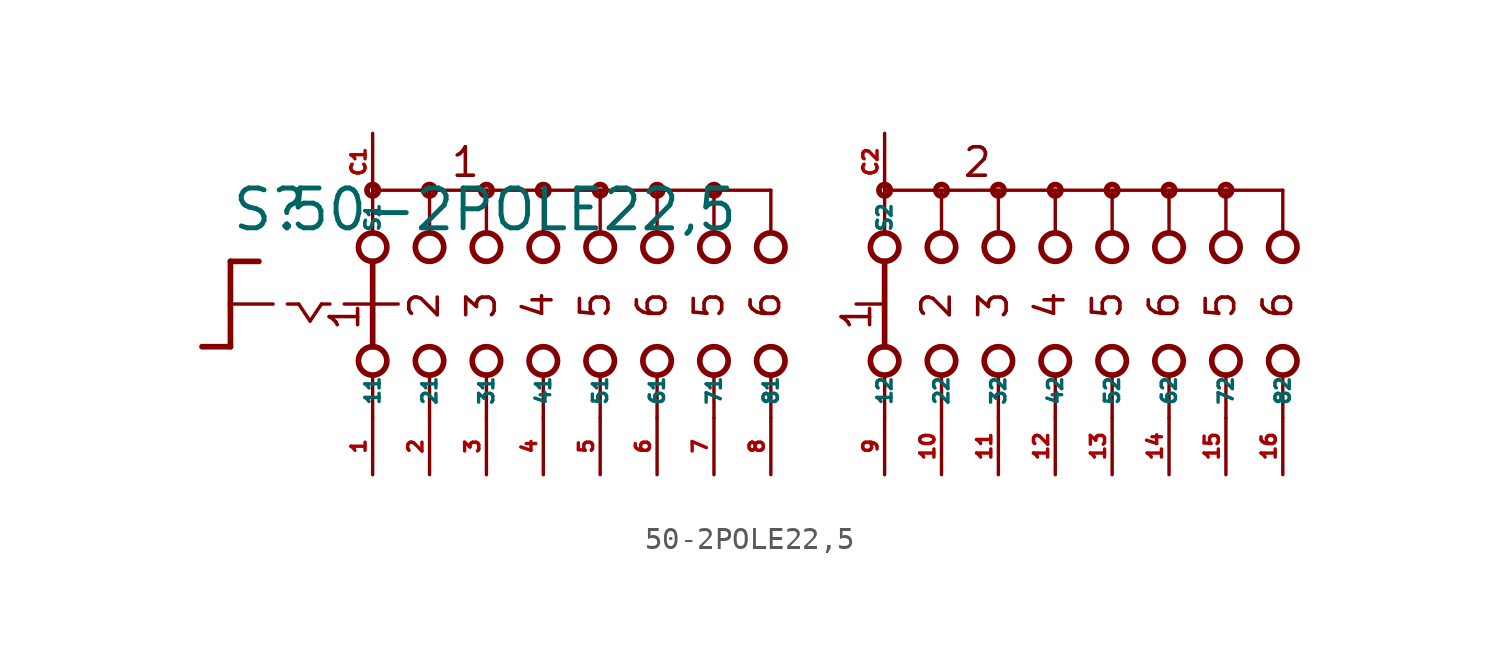
<source format=kicad_sym>
(kicad_symbol_lib
  (version 20220914)
  (generator Eagle2Kicad)
  (symbol "50-2POLE22,5"
    (property "Reference" "S"
      (at -24.13 3.175 0)
      (effects (font (size 1.778 1.778) (thickness 0.22)) (justify left bottom)))
    (property "Value" "50-2POLE22,5"
      (at -21.59 3.175 0)
      (effects (font (size 1.778 1.778) (thickness 0.22)) (justify left bottom)))
    (polyline
      (pts (xy -24.13 1.905) (xy -22.86 1.905))
      (stroke (width 0.254) (type default))
      (fill (type none)))
    (polyline
      (pts (xy -24.13 1.905) (xy -24.13 0))
      (stroke (width 0.254) (type default))
      (fill (type none)))
    (polyline
      (pts (xy -24.13 -1.905) (xy -25.4 -1.905))
      (stroke (width 0.254) (type default))
      (fill (type none)))
    (polyline
      (pts (xy -24.13 0) (xy -22.225 0))
      (stroke (width 0.152) (type default))
      (fill (type none)))
    (polyline
      (pts (xy -24.13 0) (xy -24.13 -1.905))
      (stroke (width 0.254) (type default))
      (fill (type none)))
    (polyline
      (pts (xy -21.59 0) (xy -21.082 0))
      (stroke (width 0.152) (type default))
      (fill (type none)))
    (polyline
      (pts (xy -20.066 0) (xy -19.685 0))
      (stroke (width 0.152) (type default))
      (fill (type none)))
    (polyline
      (pts (xy -21.082 0) (xy -20.574 -0.762))
      (stroke (width 0.152) (type default))
      (fill (type none)))
    (polyline
      (pts (xy -20.574 -0.762) (xy -20.066 0))
      (stroke (width 0.152) (type default))
      (fill (type none)))
    (polyline
      (pts (xy -15.24 3.175) (xy -15.24 5.08))
      (stroke (width 0.152) (type default))
      (fill (type none)))
    (polyline
      (pts (xy -12.7 3.175) (xy -12.7 5.08))
      (stroke (width 0.152) (type default))
      (fill (type none)))
    (polyline
      (pts (xy -10.16 3.175) (xy -10.16 5.08))
      (stroke (width 0.152) (type default))
      (fill (type none)))
    (polyline
      (pts (xy -12.7 5.08) (xy -15.24 5.08))
      (stroke (width 0.152) (type default))
      (fill (type none)))
    (polyline
      (pts (xy -12.7 5.08) (xy -10.16 5.08))
      (stroke (width 0.152) (type default))
      (fill (type none)))
    (polyline
      (pts (xy -7.62 3.175) (xy -7.62 5.08))
      (stroke (width 0.152) (type default))
      (fill (type none)))
    (polyline
      (pts (xy -5.08 3.175) (xy -5.08 5.08))
      (stroke (width 0.152) (type default))
      (fill (type none)))
    (polyline
      (pts (xy -10.16 5.08) (xy -7.62 5.08))
      (stroke (width 0.152) (type default))
      (fill (type none)))
    (polyline
      (pts (xy -7.62 5.08) (xy -5.08 5.08))
      (stroke (width 0.152) (type default))
      (fill (type none)))
    (polyline
      (pts (xy -17.78 5.08) (xy -17.78 3.175))
      (stroke (width 0.152) (type default))
      (fill (type none)))
    (polyline
      (pts (xy -15.24 5.08) (xy -17.78 5.08))
      (stroke (width 0.152) (type default))
      (fill (type none)))
    (polyline
      (pts (xy 5.08 3.175) (xy 5.08 5.08))
      (stroke (width 0.152) (type default))
      (fill (type none)))
    (polyline
      (pts (xy 5.08 -5.08) (xy 5.08 -3.175))
      (stroke (width 0.152) (type default))
      (fill (type none)))
    (polyline
      (pts (xy 7.62 3.175) (xy 7.62 5.08))
      (stroke (width 0.152) (type default))
      (fill (type none)))
    (polyline
      (pts (xy 10.16 3.175) (xy 10.16 5.08))
      (stroke (width 0.152) (type default))
      (fill (type none)))
    (polyline
      (pts (xy 12.7 3.175) (xy 12.7 5.08))
      (stroke (width 0.152) (type default))
      (fill (type none)))
    (polyline
      (pts (xy 15.24 3.175) (xy 15.24 5.08))
      (stroke (width 0.152) (type default))
      (fill (type none)))
    (polyline
      (pts (xy 17.78 3.175) (xy 17.78 5.08))
      (stroke (width 0.152) (type default))
      (fill (type none)))
    (polyline
      (pts (xy 5.08 5.08) (xy 7.62 5.08))
      (stroke (width 0.152) (type default))
      (fill (type none)))
    (polyline
      (pts (xy 7.62 5.08) (xy 10.16 5.08))
      (stroke (width 0.152) (type default))
      (fill (type none)))
    (polyline
      (pts (xy 10.16 5.08) (xy 12.7 5.08))
      (stroke (width 0.152) (type default))
      (fill (type none)))
    (polyline
      (pts (xy 12.7 5.08) (xy 15.24 5.08))
      (stroke (width 0.152) (type default))
      (fill (type none)))
    (polyline
      (pts (xy 15.24 5.08) (xy 17.78 5.08))
      (stroke (width 0.152) (type default))
      (fill (type none)))
    (polyline
      (pts (xy 7.62 -5.08) (xy 7.62 -3.175))
      (stroke (width 0.152) (type default))
      (fill (type none)))
    (polyline
      (pts (xy 10.16 -5.08) (xy 10.16 -3.175))
      (stroke (width 0.152) (type default))
      (fill (type none)))
    (polyline
      (pts (xy 12.7 -5.08) (xy 12.7 -3.175))
      (stroke (width 0.152) (type default))
      (fill (type none)))
    (polyline
      (pts (xy 15.24 -5.08) (xy 15.24 -3.175))
      (stroke (width 0.152) (type default))
      (fill (type none)))
    (polyline
      (pts (xy 17.78 -5.08) (xy 17.78 -3.175))
      (stroke (width 0.152) (type default))
      (fill (type none)))
    (polyline
      (pts (xy 5.08 1.905) (xy 5.08 -1.905))
      (stroke (width 0.254) (type default))
      (fill (type none)))
    (polyline
      (pts (xy 3.81 0) (xy 4.953 0))
      (stroke (width 0.152) (type default))
      (fill (type none)))
    (polyline
      (pts (xy -19.05 0) (xy -17.907 0))
      (stroke (width 0.152) (type default))
      (fill (type none)))
    (polyline
      (pts (xy -15.24 -5.08) (xy -15.24 -3.175))
      (stroke (width 0.152) (type default))
      (fill (type none)))
    (polyline
      (pts (xy -12.7 -5.08) (xy -12.7 -3.175))
      (stroke (width 0.152) (type default))
      (fill (type none)))
    (polyline
      (pts (xy -10.16 -5.08) (xy -10.16 -3.175))
      (stroke (width 0.152) (type default))
      (fill (type none)))
    (polyline
      (pts (xy -7.62 -5.08) (xy -7.62 -3.175))
      (stroke (width 0.152) (type default))
      (fill (type none)))
    (polyline
      (pts (xy -5.08 -5.08) (xy -5.08 -3.175))
      (stroke (width 0.152) (type default))
      (fill (type none)))
    (polyline
      (pts (xy -17.78 1.905) (xy -17.78 0))
      (stroke (width 0.254) (type default))
      (fill (type none)))
    (polyline
      (pts (xy -17.78 -3.175) (xy -17.78 -5.08))
      (stroke (width 0.152) (type default))
      (fill (type none)))
    (polyline
      (pts (xy -17.78 0) (xy -16.637 0))
      (stroke (width 0.152) (type default))
      (fill (type none)))
    (polyline
      (pts (xy -17.78 0) (xy -17.78 -1.905))
      (stroke (width 0.254) (type default))
      (fill (type none)))
    (polyline
      (pts (xy -2.54 3.175) (xy -2.54 5.08))
      (stroke (width 0.152) (type default))
      (fill (type none)))
    (polyline
      (pts (xy 0 3.175) (xy 0 5.08))
      (stroke (width 0.152) (type default))
      (fill (type none)))
    (polyline
      (pts (xy -5.08 5.08) (xy -2.54 5.08))
      (stroke (width 0.152) (type default))
      (fill (type none)))
    (polyline
      (pts (xy -2.54 5.08) (xy 0 5.08))
      (stroke (width 0.152) (type default))
      (fill (type none)))
    (polyline
      (pts (xy -2.54 -5.08) (xy -2.54 -3.175))
      (stroke (width 0.152) (type default))
      (fill (type none)))
    (polyline
      (pts (xy 0 -5.08) (xy 0 -3.175))
      (stroke (width 0.152) (type default))
      (fill (type none)))
    (polyline
      (pts (xy 20.32 3.175) (xy 20.32 5.08))
      (stroke (width 0.152) (type default))
      (fill (type none)))
    (polyline
      (pts (xy 22.86 3.175) (xy 22.86 5.08))
      (stroke (width 0.152) (type default))
      (fill (type none)))
    (polyline
      (pts (xy 17.78 5.08) (xy 20.32 5.08))
      (stroke (width 0.152) (type default))
      (fill (type none)))
    (polyline
      (pts (xy 20.32 5.08) (xy 22.86 5.08))
      (stroke (width 0.152) (type default))
      (fill (type none)))
    (polyline
      (pts (xy 20.32 -5.08) (xy 20.32 -3.175))
      (stroke (width 0.152) (type default))
      (fill (type none)))
    (polyline
      (pts (xy 22.86 -5.08) (xy 22.86 -3.175))
      (stroke (width 0.152) (type default))
      (fill (type none)))
    (text "2"
      (at 8.128 -0.762 900)
      (effects (font (size 1.27 1.27) (thickness 0.16)) (justify left bottom)))
    (text "3"
      (at 10.668 -0.762 900)
      (effects (font (size 1.27 1.27) (thickness 0.16)) (justify left bottom)))
    (text "4"
      (at 13.208 -0.762 900)
      (effects (font (size 1.27 1.27) (thickness 0.16)) (justify left bottom)))
    (text "5"
      (at 15.748 -0.762 900)
      (effects (font (size 1.27 1.27) (thickness 0.16)) (justify left bottom)))
    (text "6"
      (at 18.288 -0.762 900)
      (effects (font (size 1.27 1.27) (thickness 0.16)) (justify left bottom)))
    (text "1"
      (at 4.572 -1.27 900)
      (effects (font (size 1.27 1.27) (thickness 0.16)) (justify left bottom)))
    (text "1"
      (at -18.288 -1.27 900)
      (effects (font (size 1.27 1.27) (thickness 0.16)) (justify left bottom)))
    (text "2"
      (at -14.732 -0.762 900)
      (effects (font (size 1.27 1.27) (thickness 0.16)) (justify left bottom)))
    (text "3"
      (at -12.192 -0.762 900)
      (effects (font (size 1.27 1.27) (thickness 0.16)) (justify left bottom)))
    (text "4"
      (at -9.652 -0.762 900)
      (effects (font (size 1.27 1.27) (thickness 0.16)) (justify left bottom)))
    (text "5"
      (at -7.112 -0.762 900)
      (effects (font (size 1.27 1.27) (thickness 0.16)) (justify left bottom)))
    (text "6"
      (at -4.572 -0.762 900)
      (effects (font (size 1.27 1.27) (thickness 0.16)) (justify left bottom)))
    (text "1 "
      (at -14.351 5.588 0)
      (effects (font (size 1.27 1.27) (thickness 0.16)) (justify left bottom)))
    (text "2 "
      (at 8.509 5.588 0)
      (effects (font (size 1.27 1.27) (thickness 0.16)) (justify left bottom)))
    (text "5"
      (at -2.032 -0.762 900)
      (effects (font (size 1.27 1.27) (thickness 0.16)) (justify left bottom)))
    (text "6"
      (at 0.508 -0.762 900)
      (effects (font (size 1.27 1.27) (thickness 0.16)) (justify left bottom)))
    (text "5"
      (at 20.828 -0.762 900)
      (effects (font (size 1.27 1.27) (thickness 0.16)) (justify left bottom)))
    (text "6"
      (at 23.368 -0.762 900)
      (effects (font (size 1.27 1.27) (thickness 0.16)) (justify left bottom)))
    (circle
      (center -12.7 5.08)
      (radius 0.254)
      (stroke (width 0.254) (type default))
      (fill (type none)))
    (circle
      (center -10.16 5.08)
      (radius 0.254)
      (stroke (width 0.254) (type default))
      (fill (type none)))
    (circle
      (center -17.78 5.08)
      (radius 0.254)
      (stroke (width 0.254) (type default))
      (fill (type none)))
    (circle
      (center -15.24 5.08)
      (radius 0.254)
      (stroke (width 0.254) (type default))
      (fill (type none)))
    (circle
      (center -17.78 2.54)
      (radius 0.635)
      (stroke (width 0.254) (type default))
      (fill (type none)))
    (circle
      (center -15.24 2.54)
      (radius 0.635)
      (stroke (width 0.254) (type default))
      (fill (type none)))
    (circle
      (center -12.7 2.54)
      (radius 0.635)
      (stroke (width 0.254) (type default))
      (fill (type none)))
    (circle
      (center -7.62 5.08)
      (radius 0.254)
      (stroke (width 0.254) (type default))
      (fill (type none)))
    (circle
      (center -10.16 2.54)
      (radius 0.635)
      (stroke (width 0.254) (type default))
      (fill (type none)))
    (circle
      (center -7.62 2.54)
      (radius 0.635)
      (stroke (width 0.254) (type default))
      (fill (type none)))
    (circle
      (center -5.08 2.54)
      (radius 0.635)
      (stroke (width 0.254) (type default))
      (fill (type none)))
    (circle
      (center 5.08 5.08)
      (radius 0.254)
      (stroke (width 0.254) (type default))
      (fill (type none)))
    (circle
      (center 5.08 2.54)
      (radius 0.635)
      (stroke (width 0.254) (type default))
      (fill (type none)))
    (circle
      (center 5.08 -2.54)
      (radius 0.635)
      (stroke (width 0.254) (type default))
      (fill (type none)))
    (circle
      (center 7.62 2.54)
      (radius 0.635)
      (stroke (width 0.254) (type default))
      (fill (type none)))
    (circle
      (center 10.16 2.54)
      (radius 0.635)
      (stroke (width 0.254) (type default))
      (fill (type none)))
    (circle
      (center 12.7 2.54)
      (radius 0.635)
      (stroke (width 0.254) (type default))
      (fill (type none)))
    (circle
      (center 15.24 2.54)
      (radius 0.635)
      (stroke (width 0.254) (type default))
      (fill (type none)))
    (circle
      (center 17.78 2.54)
      (radius 0.635)
      (stroke (width 0.254) (type default))
      (fill (type none)))
    (circle
      (center 7.62 5.08)
      (radius 0.254)
      (stroke (width 0.254) (type default))
      (fill (type none)))
    (circle
      (center 10.16 5.08)
      (radius 0.254)
      (stroke (width 0.254) (type default))
      (fill (type none)))
    (circle
      (center 12.7 5.08)
      (radius 0.254)
      (stroke (width 0.254) (type default))
      (fill (type none)))
    (circle
      (center 15.24 5.08)
      (radius 0.254)
      (stroke (width 0.254) (type default))
      (fill (type none)))
    (circle
      (center 7.62 -2.54)
      (radius 0.635)
      (stroke (width 0.254) (type default))
      (fill (type none)))
    (circle
      (center 10.16 -2.54)
      (radius 0.635)
      (stroke (width 0.254) (type default))
      (fill (type none)))
    (circle
      (center 12.7 -2.54)
      (radius 0.635)
      (stroke (width 0.254) (type default))
      (fill (type none)))
    (circle
      (center 15.24 -2.54)
      (radius 0.635)
      (stroke (width 0.254) (type default))
      (fill (type none)))
    (circle
      (center 17.78 -2.54)
      (radius 0.635)
      (stroke (width 0.254) (type default))
      (fill (type none)))
    (circle
      (center -17.78 -2.54)
      (radius 0.635)
      (stroke (width 0.254) (type default))
      (fill (type none)))
    (circle
      (center -15.24 -2.54)
      (radius 0.635)
      (stroke (width 0.254) (type default))
      (fill (type none)))
    (circle
      (center -12.7 -2.54)
      (radius 0.635)
      (stroke (width 0.254) (type default))
      (fill (type none)))
    (circle
      (center -10.16 -2.54)
      (radius 0.635)
      (stroke (width 0.254) (type default))
      (fill (type none)))
    (circle
      (center -7.62 -2.54)
      (radius 0.635)
      (stroke (width 0.254) (type default))
      (fill (type none)))
    (circle
      (center -5.08 -2.54)
      (radius 0.635)
      (stroke (width 0.254) (type default))
      (fill (type none)))
    (circle
      (center -2.54 5.08)
      (radius 0.254)
      (stroke (width 0.254) (type default))
      (fill (type none)))
    (circle
      (center -2.54 2.54)
      (radius 0.635)
      (stroke (width 0.254) (type default))
      (fill (type none)))
    (circle
      (center 0 2.54)
      (radius 0.635)
      (stroke (width 0.254) (type default))
      (fill (type none)))
    (circle
      (center -2.54 -2.54)
      (radius 0.635)
      (stroke (width 0.254) (type default))
      (fill (type none)))
    (circle
      (center 0 -2.54)
      (radius 0.635)
      (stroke (width 0.254) (type default))
      (fill (type none)))
    (circle
      (center 20.32 2.54)
      (radius 0.635)
      (stroke (width 0.254) (type default))
      (fill (type none)))
    (circle
      (center 22.86 2.54)
      (radius 0.635)
      (stroke (width 0.254) (type default))
      (fill (type none)))
    (circle
      (center 20.32 5.08)
      (radius 0.254)
      (stroke (width 0.254) (type default))
      (fill (type none)))
    (circle
      (center 20.32 -2.54)
      (radius 0.635)
      (stroke (width 0.254) (type default))
      (fill (type none)))
    (circle
      (center 22.86 -2.54)
      (radius 0.635)
      (stroke (width 0.254) (type default))
      (fill (type none)))
    (circle
      (center -5.08 5.08)
      (radius 0.254)
      (stroke (width 0.254) (type default))
      (fill (type none)))
    (circle
      (center 17.78 5.08)
      (radius 0.254)
      (stroke (width 0.254) (type default))
      (fill (type none)))
    (pin passive line
      (at -17.78 -7.62 90)
      (length 2.54)
      (name "11" (effects (font (size 0.635 0.635) (thickness 0.08)) (justify left bottom)))
      (number "1" (effects (font (size 0.635 0.635) (thickness 0.08)) (justify left bottom))))
    (pin passive line
      (at -17.78 7.62 270)
      (length 2.54)
      (name "S1" (effects (font (size 0.635 0.635) (thickness 0.08)) (justify left bottom)))
      (number "C1" (effects (font (size 0.635 0.635) (thickness 0.08)) (justify left bottom))))
    (pin passive line
      (at -15.24 -7.62 90)
      (length 2.54)
      (name "21" (effects (font (size 0.635 0.635) (thickness 0.08)) (justify left bottom)))
      (number "2" (effects (font (size 0.635 0.635) (thickness 0.08)) (justify left bottom))))
    (pin passive line
      (at -12.7 -7.62 90)
      (length 2.54)
      (name "31" (effects (font (size 0.635 0.635) (thickness 0.08)) (justify left bottom)))
      (number "3" (effects (font (size 0.635 0.635) (thickness 0.08)) (justify left bottom))))
    (pin passive line
      (at -10.16 -7.62 90)
      (length 2.54)
      (name "41" (effects (font (size 0.635 0.635) (thickness 0.08)) (justify left bottom)))
      (number "4" (effects (font (size 0.635 0.635) (thickness 0.08)) (justify left bottom))))
    (pin passive line
      (at -7.62 -7.62 90)
      (length 2.54)
      (name "51" (effects (font (size 0.635 0.635) (thickness 0.08)) (justify left bottom)))
      (number "5" (effects (font (size 0.635 0.635) (thickness 0.08)) (justify left bottom))))
    (pin passive line
      (at -5.08 -7.62 90)
      (length 2.54)
      (name "61" (effects (font (size 0.635 0.635) (thickness 0.08)) (justify left bottom)))
      (number "6" (effects (font (size 0.635 0.635) (thickness 0.08)) (justify left bottom))))
    (pin passive line
      (at 5.08 -7.62 90)
      (length 2.54)
      (name "12" (effects (font (size 0.635 0.635) (thickness 0.08)) (justify left bottom)))
      (number "9" (effects (font (size 0.635 0.635) (thickness 0.08)) (justify left bottom))))
    (pin passive line
      (at 7.62 -7.62 90)
      (length 2.54)
      (name "22" (effects (font (size 0.635 0.635) (thickness 0.08)) (justify left bottom)))
      (number "10" (effects (font (size 0.635 0.635) (thickness 0.08)) (justify left bottom))))
    (pin passive line
      (at 10.16 -7.62 90)
      (length 2.54)
      (name "32" (effects (font (size 0.635 0.635) (thickness 0.08)) (justify left bottom)))
      (number "11" (effects (font (size 0.635 0.635) (thickness 0.08)) (justify left bottom))))
    (pin passive line
      (at 12.7 -7.62 90)
      (length 2.54)
      (name "42" (effects (font (size 0.635 0.635) (thickness 0.08)) (justify left bottom)))
      (number "12" (effects (font (size 0.635 0.635) (thickness 0.08)) (justify left bottom))))
    (pin passive line
      (at 15.24 -7.62 90)
      (length 2.54)
      (name "52" (effects (font (size 0.635 0.635) (thickness 0.08)) (justify left bottom)))
      (number "13" (effects (font (size 0.635 0.635) (thickness 0.08)) (justify left bottom))))
    (pin passive line
      (at 17.78 -7.62 90)
      (length 2.54)
      (name "62" (effects (font (size 0.635 0.635) (thickness 0.08)) (justify left bottom)))
      (number "14" (effects (font (size 0.635 0.635) (thickness 0.08)) (justify left bottom))))
    (pin passive line
      (at 5.08 7.62 270)
      (length 2.54)
      (name "S2" (effects (font (size 0.635 0.635) (thickness 0.08)) (justify left bottom)))
      (number "C2" (effects (font (size 0.635 0.635) (thickness 0.08)) (justify left bottom))))
    (pin passive line
      (at -2.54 -7.62 90)
      (length 2.54)
      (name "71" (effects (font (size 0.635 0.635) (thickness 0.08)) (justify left bottom)))
      (number "7" (effects (font (size 0.635 0.635) (thickness 0.08)) (justify left bottom))))
    (pin passive line
      (at 0 -7.62 90)
      (length 2.54)
      (name "81" (effects (font (size 0.635 0.635) (thickness 0.08)) (justify left bottom)))
      (number "8" (effects (font (size 0.635 0.635) (thickness 0.08)) (justify left bottom))))
    (pin passive line
      (at 20.32 -7.62 90)
      (length 2.54)
      (name "72" (effects (font (size 0.635 0.635) (thickness 0.08)) (justify left bottom)))
      (number "15" (effects (font (size 0.635 0.635) (thickness 0.08)) (justify left bottom))))
    (pin passive line
      (at 22.86 -7.62 90)
      (length 2.54)
      (name "82" (effects (font (size 0.635 0.635) (thickness 0.08)) (justify left bottom)))
      (number "16" (effects (font (size 0.635 0.635) (thickness 0.08)) (justify left bottom))))))
</source>
